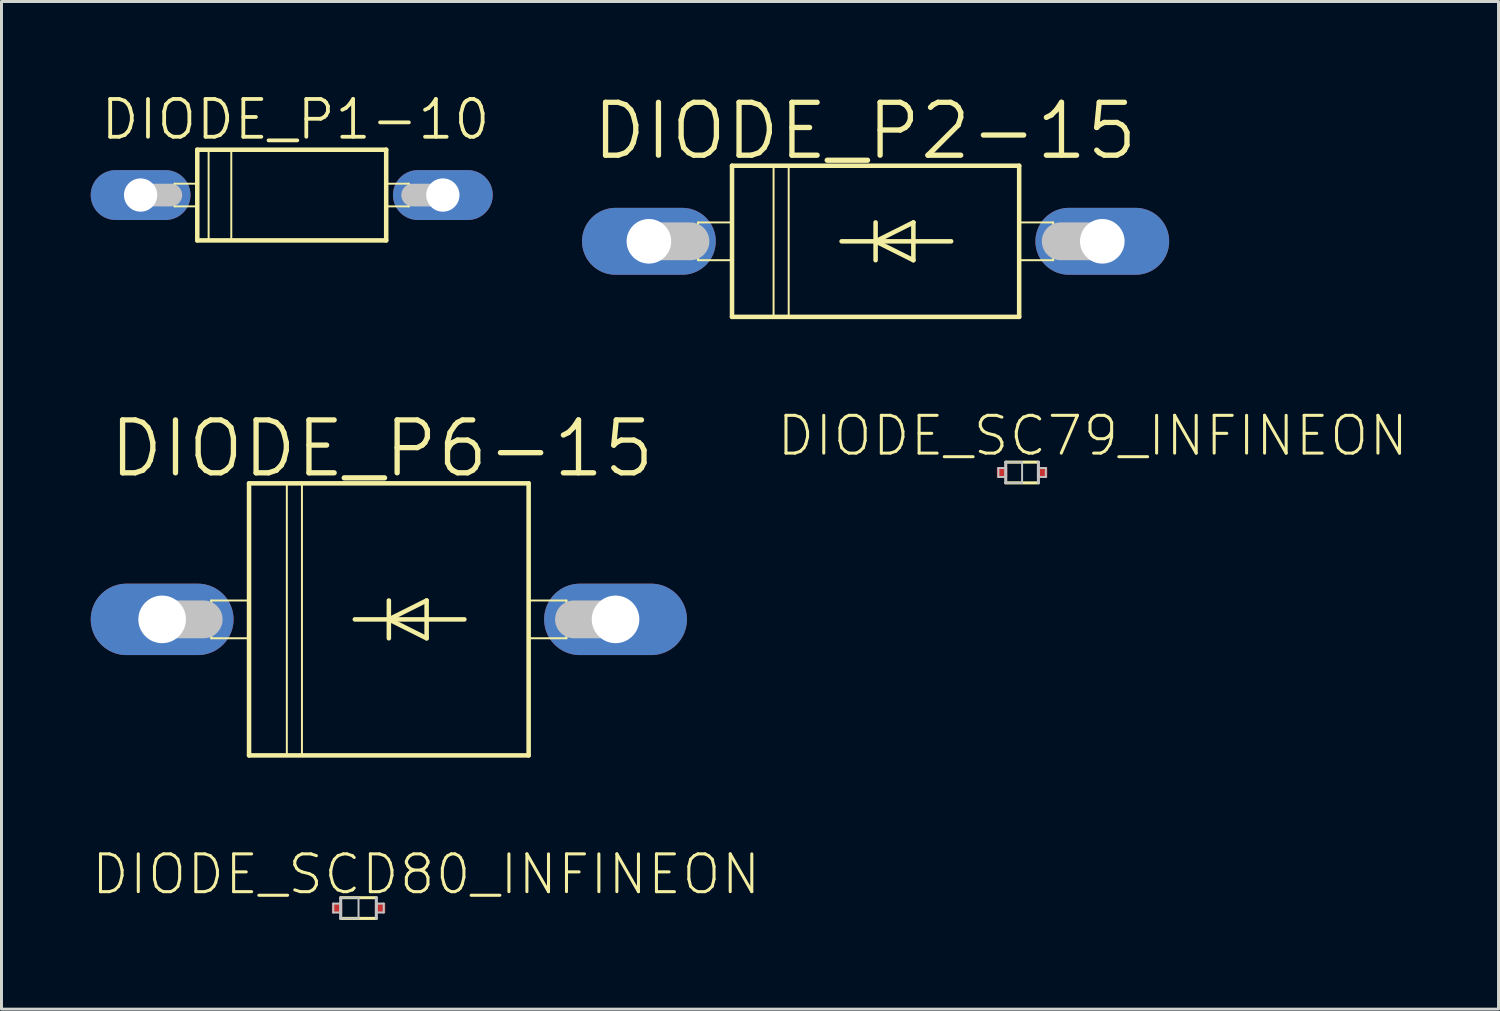
<source format=kicad_pcb>
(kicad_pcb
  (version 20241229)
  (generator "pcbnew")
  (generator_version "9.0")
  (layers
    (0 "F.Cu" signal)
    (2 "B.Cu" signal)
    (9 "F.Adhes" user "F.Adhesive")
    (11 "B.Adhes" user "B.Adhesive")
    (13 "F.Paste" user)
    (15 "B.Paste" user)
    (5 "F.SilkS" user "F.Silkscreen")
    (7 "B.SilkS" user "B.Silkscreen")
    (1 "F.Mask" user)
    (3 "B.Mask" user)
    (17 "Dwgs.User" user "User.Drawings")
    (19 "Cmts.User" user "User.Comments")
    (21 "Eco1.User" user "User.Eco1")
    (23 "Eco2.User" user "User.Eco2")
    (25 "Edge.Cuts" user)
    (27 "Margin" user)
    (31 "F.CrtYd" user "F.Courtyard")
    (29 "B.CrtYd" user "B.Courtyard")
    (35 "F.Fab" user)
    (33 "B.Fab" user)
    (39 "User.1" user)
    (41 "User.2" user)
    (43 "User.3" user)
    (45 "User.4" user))
  (footprint "DIODE_P6-15"
    (layer "F.Cu")
    (at 10.02 17.769)
    (property "Reference" "DIODE_P6-15" (at -0.229 -5.74 0) (layer "F.SilkS") (effects (font (size 1.778 1.778) (thickness 0.178))))
    (attr exclude_from_pos_files exclude_from_bom)
    (fp_line (start -5.969 -0.635) (end -4.699 -0.635) (stroke (width 0.066) (type solid)) (layer "F.SilkS"))
    (fp_line (start -5.969 0.635) (end -5.969 -0.635) (stroke (width 0.066) (type solid)) (layer "F.SilkS"))
    (fp_line (start -5.969 0.635) (end -4.699 0.635) (stroke (width 0.066) (type solid)) (layer "F.SilkS"))
    (fp_line (start -4.699 -4.572) (end 4.699 -4.572) (stroke (width 0.152) (type solid)) (layer "F.SilkS"))
    (fp_line (start -4.699 0.635) (end -4.699 -0.635) (stroke (width 0.066) (type solid)) (layer "F.SilkS"))
    (fp_line (start -4.699 4.572) (end -4.699 -4.572) (stroke (width 0.152) (type solid)) (layer "F.SilkS"))
    (fp_line (start -3.429 -4.572) (end -2.921 -4.572) (stroke (width 0.066) (type solid)) (layer "F.SilkS"))
    (fp_line (start -3.429 4.572) (end -3.429 -4.572) (stroke (width 0.066) (type solid)) (layer "F.SilkS"))
    (fp_line (start -3.429 4.572) (end -2.921 4.572) (stroke (width 0.066) (type solid)) (layer "F.SilkS"))
    (fp_line (start -2.921 4.572) (end -2.921 -4.572) (stroke (width 0.066) (type solid)) (layer "F.SilkS"))
    (fp_line (start -1.143 0) (end 0 0) (stroke (width 0.152) (type solid)) (layer "F.SilkS"))
    (fp_line (start 0 -0.635) (end 0 0) (stroke (width 0.152) (type solid)) (layer "F.SilkS"))
    (fp_line (start 0 0) (end 0 0.635) (stroke (width 0.152) (type solid)) (layer "F.SilkS"))
    (fp_line (start 0 0) (end 1.27 -0.635) (stroke (width 0.152) (type solid)) (layer "F.SilkS"))
    (fp_line (start 0 0) (end 2.54 0) (stroke (width 0.152) (type solid)) (layer "F.SilkS"))
    (fp_line (start 1.27 -0.635) (end 1.27 0.635) (stroke (width 0.152) (type solid)) (layer "F.SilkS"))
    (fp_line (start 1.27 0.635) (end 0 0) (stroke (width 0.152) (type solid)) (layer "F.SilkS"))
    (fp_line (start 4.699 -4.572) (end 4.699 4.572) (stroke (width 0.152) (type solid)) (layer "F.SilkS"))
    (fp_line (start 4.699 -0.635) (end 5.969 -0.635) (stroke (width 0.066) (type solid)) (layer "F.SilkS"))
    (fp_line (start 4.699 0.635) (end 4.699 -0.635) (stroke (width 0.066) (type solid)) (layer "F.SilkS"))
    (fp_line (start 4.699 0.635) (end 5.969 0.635) (stroke (width 0.066) (type solid)) (layer "F.SilkS"))
    (fp_line (start 4.699 4.572) (end -4.699 4.572) (stroke (width 0.152) (type solid)) (layer "F.SilkS"))
    (fp_line (start 5.969 0.635) (end 5.969 -0.635) (stroke (width 0.066) (type solid)) (layer "F.SilkS"))
    (fp_line (start -7.62 0) (end -6.223 0) (stroke (width 1.27) (type solid)) (layer "Dwgs.User"))
    (fp_line (start 7.62 0) (end 6.223 0) (stroke (width 1.27) (type solid)) (layer "Dwgs.User"))
    (pad "A" thru_hole oval (at 7.62 0 90) (size 2.4 4.801) (drill 1.6) (layers "*.Cu" "*.Paste" "*.Mask"))
    (pad "C" thru_hole oval (at -7.62 0 90) (size 2.4 4.801) (drill 1.6) (layers "*.Cu" "*.Paste" "*.Mask")))
  (footprint "DIODE_SCD80_INFINEON"
    (layer "F.Cu")
    (at 9.001 27.472)
    (property "Reference" "DIODE_SCD80_INFINEON" (at 2.273 -1.133 0) (layer "F.SilkS") (effects (font (size 1.27 1.27) (thickness 0.102))))
    (attr smd)
    (fp_line (start -0.599 0.348) (end 0.599 0.348) (stroke (width 0.102) (type solid)) (layer "F.SilkS"))
    (fp_line (start 0.599 -0.348) (end -0.599 -0.348) (stroke (width 0.102) (type solid)) (layer "F.SilkS"))
    (fp_line (start -0.848 -0.15) (end -0.599 -0.15) (stroke (width 0.066) (type solid)) (layer "Dwgs.User"))
    (fp_line (start -0.848 0.15) (end -0.848 -0.15) (stroke (width 0.066) (type solid)) (layer "Dwgs.User"))
    (fp_line (start -0.848 0.15) (end -0.599 0.15) (stroke (width 0.066) (type solid)) (layer "Dwgs.User"))
    (fp_line (start -0.599 -0.348) (end -0.599 0.348) (stroke (width 0.102) (type solid)) (layer "Dwgs.User"))
    (fp_line (start -0.599 -0.348) (end 0 -0.348) (stroke (width 0.066) (type solid)) (layer "Dwgs.User"))
    (fp_line (start -0.599 0.15) (end -0.599 -0.15) (stroke (width 0.066) (type solid)) (layer "Dwgs.User"))
    (fp_line (start -0.599 0.348) (end -0.599 -0.348) (stroke (width 0.066) (type solid)) (layer "Dwgs.User"))
    (fp_line (start -0.599 0.348) (end 0 0.348) (stroke (width 0.066) (type solid)) (layer "Dwgs.User"))
    (fp_line (start 0 0.348) (end 0 -0.348) (stroke (width 0.066) (type solid)) (layer "Dwgs.User"))
    (fp_line (start 0.599 -0.15) (end 0.848 -0.15) (stroke (width 0.066) (type solid)) (layer "Dwgs.User"))
    (fp_line (start 0.599 0.15) (end 0.599 -0.15) (stroke (width 0.066) (type solid)) (layer "Dwgs.User"))
    (fp_line (start 0.599 0.15) (end 0.848 0.15) (stroke (width 0.066) (type solid)) (layer "Dwgs.User"))
    (fp_line (start 0.599 0.348) (end 0.599 -0.348) (stroke (width 0.102) (type solid)) (layer "Dwgs.User"))
    (fp_line (start 0.848 0.15) (end 0.848 -0.15) (stroke (width 0.066) (type solid)) (layer "Dwgs.User"))
    (pad "A" smd rect (at 0.724 0) (size 0.348 0.348) (layers "F.Cu" "F.Mask" "F.Paste"))
    (pad "C" smd rect (at -0.724 0) (size 0.348 0.348) (layers "F.Cu" "F.Mask" "F.Paste")))
  (footprint "DIODE_P1-10"
    (layer "F.Cu")
    (at 6.756 3.506)
    (property "Reference" "DIODE_P1-10" (at 0.127 -2.54 0) (layer "F.SilkS") (effects (font (size 1.27 1.27) (thickness 0.127))))
    (attr exclude_from_pos_files exclude_from_bom)
    (fp_line (start -3.937 -0.381) (end -3.175 -0.381) (stroke (width 0.066) (type solid)) (layer "F.SilkS"))
    (fp_line (start -3.937 0.381) (end -3.937 -0.381) (stroke (width 0.066) (type solid)) (layer "F.SilkS"))
    (fp_line (start -3.937 0.381) (end -3.175 0.381) (stroke (width 0.066) (type solid)) (layer "F.SilkS"))
    (fp_line (start -3.175 -1.524) (end -3.175 1.524) (stroke (width 0.152) (type solid)) (layer "F.SilkS"))
    (fp_line (start -3.175 0.381) (end -3.175 -0.381) (stroke (width 0.066) (type solid)) (layer "F.SilkS"))
    (fp_line (start -3.175 1.524) (end 3.175 1.524) (stroke (width 0.152) (type solid)) (layer "F.SilkS"))
    (fp_line (start -2.794 -1.524) (end -2.032 -1.524) (stroke (width 0.066) (type solid)) (layer "F.SilkS"))
    (fp_line (start -2.794 1.524) (end -2.794 -1.524) (stroke (width 0.066) (type solid)) (layer "F.SilkS"))
    (fp_line (start -2.794 1.524) (end -2.032 1.524) (stroke (width 0.066) (type solid)) (layer "F.SilkS"))
    (fp_line (start -2.032 1.524) (end -2.032 -1.524) (stroke (width 0.066) (type solid)) (layer "F.SilkS"))
    (fp_line (start 3.175 -1.524) (end -3.175 -1.524) (stroke (width 0.152) (type solid)) (layer "F.SilkS"))
    (fp_line (start 3.175 -0.381) (end 3.937 -0.381) (stroke (width 0.066) (type solid)) (layer "F.SilkS"))
    (fp_line (start 3.175 0.381) (end 3.175 -0.381) (stroke (width 0.066) (type solid)) (layer "F.SilkS"))
    (fp_line (start 3.175 0.381) (end 3.937 0.381) (stroke (width 0.066) (type solid)) (layer "F.SilkS"))
    (fp_line (start 3.175 1.524) (end 3.175 -1.524) (stroke (width 0.152) (type solid)) (layer "F.SilkS"))
    (fp_line (start 3.937 0.381) (end 3.937 -0.381) (stroke (width 0.066) (type solid)) (layer "F.SilkS"))
    (fp_line (start -5.08 0) (end -4.064 0) (stroke (width 0.762) (type solid)) (layer "Dwgs.User"))
    (fp_line (start 5.08 0) (end 4.064 0) (stroke (width 0.762) (type solid)) (layer "Dwgs.User"))
    (pad "A" thru_hole oval (at 5.08 0 90) (size 1.676 3.353) (drill 1.118) (layers "*.Cu" "*.Paste" "*.Mask"))
    (pad "C" thru_hole oval (at -5.08 0 90) (size 1.676 3.353) (drill 1.118) (layers "*.Cu" "*.Paste" "*.Mask")))
  (footprint "DIODE_SC79_INFINEON"
    (layer "F.Cu")
    (at 31.305 12.832)
    (property "Reference" "DIODE_SC79_INFINEON" (at 2.375 -1.234 0) (layer "F.SilkS") (effects (font (size 1.27 1.27) (thickness 0.102))))
    (attr smd)
    (fp_line (start -0.549 -0.348) (end 0.549 -0.348) (stroke (width 0.102) (type solid)) (layer "F.SilkS"))
    (fp_line (start 0.549 0.348) (end -0.549 0.348) (stroke (width 0.102) (type solid)) (layer "F.SilkS"))
    (fp_line (start -0.798 -0.15) (end -0.549 -0.15) (stroke (width 0.066) (type solid)) (layer "Dwgs.User"))
    (fp_line (start -0.798 0.15) (end -0.798 -0.15) (stroke (width 0.066) (type solid)) (layer "Dwgs.User"))
    (fp_line (start -0.798 0.15) (end -0.549 0.15) (stroke (width 0.066) (type solid)) (layer "Dwgs.User"))
    (fp_line (start -0.549 -0.348) (end 0 -0.348) (stroke (width 0.066) (type solid)) (layer "Dwgs.User"))
    (fp_line (start -0.549 0.15) (end -0.549 -0.15) (stroke (width 0.066) (type solid)) (layer "Dwgs.User"))
    (fp_line (start -0.549 0.348) (end -0.549 -0.348) (stroke (width 0.066) (type solid)) (layer "Dwgs.User"))
    (fp_line (start -0.549 0.348) (end -0.549 -0.348) (stroke (width 0.102) (type solid)) (layer "Dwgs.User"))
    (fp_line (start -0.549 0.348) (end 0 0.348) (stroke (width 0.066) (type solid)) (layer "Dwgs.User"))
    (fp_line (start 0 0.348) (end 0 -0.348) (stroke (width 0.066) (type solid)) (layer "Dwgs.User"))
    (fp_line (start 0.549 -0.348) (end 0.549 0.348) (stroke (width 0.102) (type solid)) (layer "Dwgs.User"))
    (fp_line (start 0.549 -0.15) (end 0.798 -0.15) (stroke (width 0.066) (type solid)) (layer "Dwgs.User"))
    (fp_line (start 0.549 0.15) (end 0.549 -0.15) (stroke (width 0.066) (type solid)) (layer "Dwgs.User"))
    (fp_line (start 0.549 0.15) (end 0.798 0.15) (stroke (width 0.066) (type solid)) (layer "Dwgs.User"))
    (fp_line (start 0.798 0.15) (end 0.798 -0.15) (stroke (width 0.066) (type solid)) (layer "Dwgs.User"))
    (pad "A" smd rect (at 0.673 0) (size 0.348 0.348) (layers "F.Cu" "F.Mask" "F.Paste"))
    (pad "C" smd rect (at -0.673 0) (size 0.348 0.348) (layers "F.Cu" "F.Mask" "F.Paste")))
  (footprint "DIODE_P2-15"
    (layer "F.Cu")
    (at 26.381 5.061)
    (property "Reference" "DIODE_P2-15" (at -0.356 -3.708 0) (layer "F.SilkS") (effects (font (size 1.778 1.778) (thickness 0.178))))
    (attr exclude_from_pos_files exclude_from_bom)
    (fp_line (start -5.969 -0.635) (end -4.826 -0.635) (stroke (width 0.066) (type solid)) (layer "F.SilkS"))
    (fp_line (start -5.969 0.635) (end -5.969 -0.635) (stroke (width 0.066) (type solid)) (layer "F.SilkS"))
    (fp_line (start -5.969 0.635) (end -4.826 0.635) (stroke (width 0.066) (type solid)) (layer "F.SilkS"))
    (fp_line (start -4.826 -2.54) (end 4.826 -2.54) (stroke (width 0.152) (type solid)) (layer "F.SilkS"))
    (fp_line (start -4.826 0.635) (end -4.826 -0.635) (stroke (width 0.066) (type solid)) (layer "F.SilkS"))
    (fp_line (start -4.826 2.54) (end -4.826 -2.54) (stroke (width 0.152) (type solid)) (layer "F.SilkS"))
    (fp_line (start -3.429 -2.54) (end -2.921 -2.54) (stroke (width 0.066) (type solid)) (layer "F.SilkS"))
    (fp_line (start -3.429 2.54) (end -3.429 -2.54) (stroke (width 0.066) (type solid)) (layer "F.SilkS"))
    (fp_line (start -3.429 2.54) (end -2.921 2.54) (stroke (width 0.066) (type solid)) (layer "F.SilkS"))
    (fp_line (start -2.921 2.54) (end -2.921 -2.54) (stroke (width 0.066) (type solid)) (layer "F.SilkS"))
    (fp_line (start -1.143 0) (end 0 0) (stroke (width 0.152) (type solid)) (layer "F.SilkS"))
    (fp_line (start 0 -0.635) (end 0 0) (stroke (width 0.152) (type solid)) (layer "F.SilkS"))
    (fp_line (start 0 0) (end 0 0.635) (stroke (width 0.152) (type solid)) (layer "F.SilkS"))
    (fp_line (start 0 0) (end 1.27 -0.635) (stroke (width 0.152) (type solid)) (layer "F.SilkS"))
    (fp_line (start 0 0) (end 2.54 0) (stroke (width 0.152) (type solid)) (layer "F.SilkS"))
    (fp_line (start 1.27 -0.635) (end 1.27 0.635) (stroke (width 0.152) (type solid)) (layer "F.SilkS"))
    (fp_line (start 1.27 0.635) (end 0 0) (stroke (width 0.152) (type solid)) (layer "F.SilkS"))
    (fp_line (start 4.826 -2.54) (end 4.826 2.54) (stroke (width 0.152) (type solid)) (layer "F.SilkS"))
    (fp_line (start 4.826 -0.635) (end 5.969 -0.635) (stroke (width 0.066) (type solid)) (layer "F.SilkS"))
    (fp_line (start 4.826 0.635) (end 4.826 -0.635) (stroke (width 0.066) (type solid)) (layer "F.SilkS"))
    (fp_line (start 4.826 0.635) (end 5.969 0.635) (stroke (width 0.066) (type solid)) (layer "F.SilkS"))
    (fp_line (start 4.826 2.54) (end -4.826 2.54) (stroke (width 0.152) (type solid)) (layer "F.SilkS"))
    (fp_line (start 5.969 0.635) (end 5.969 -0.635) (stroke (width 0.066) (type solid)) (layer "F.SilkS"))
    (fp_line (start -7.62 0) (end -6.223 0) (stroke (width 1.27) (type solid)) (layer "Dwgs.User"))
    (fp_line (start 7.62 0) (end 6.223 0) (stroke (width 1.27) (type solid)) (layer "Dwgs.User"))
    (pad "A" thru_hole oval (at 7.62 0 90) (size 2.248 4.496) (drill 1.499) (layers "*.Cu" "*.Paste" "*.Mask"))
    (pad "C" thru_hole oval (at -7.62 0 90) (size 2.248 4.496) (drill 1.499) (layers "*.Cu" "*.Paste" "*.Mask")))
  (gr_rect
    (start -3 -3)
    (end 47.319 30.87)
    (stroke (width 0.1) (type default))
    (fill no)
    (layer "Edge.Cuts")))
</source>
